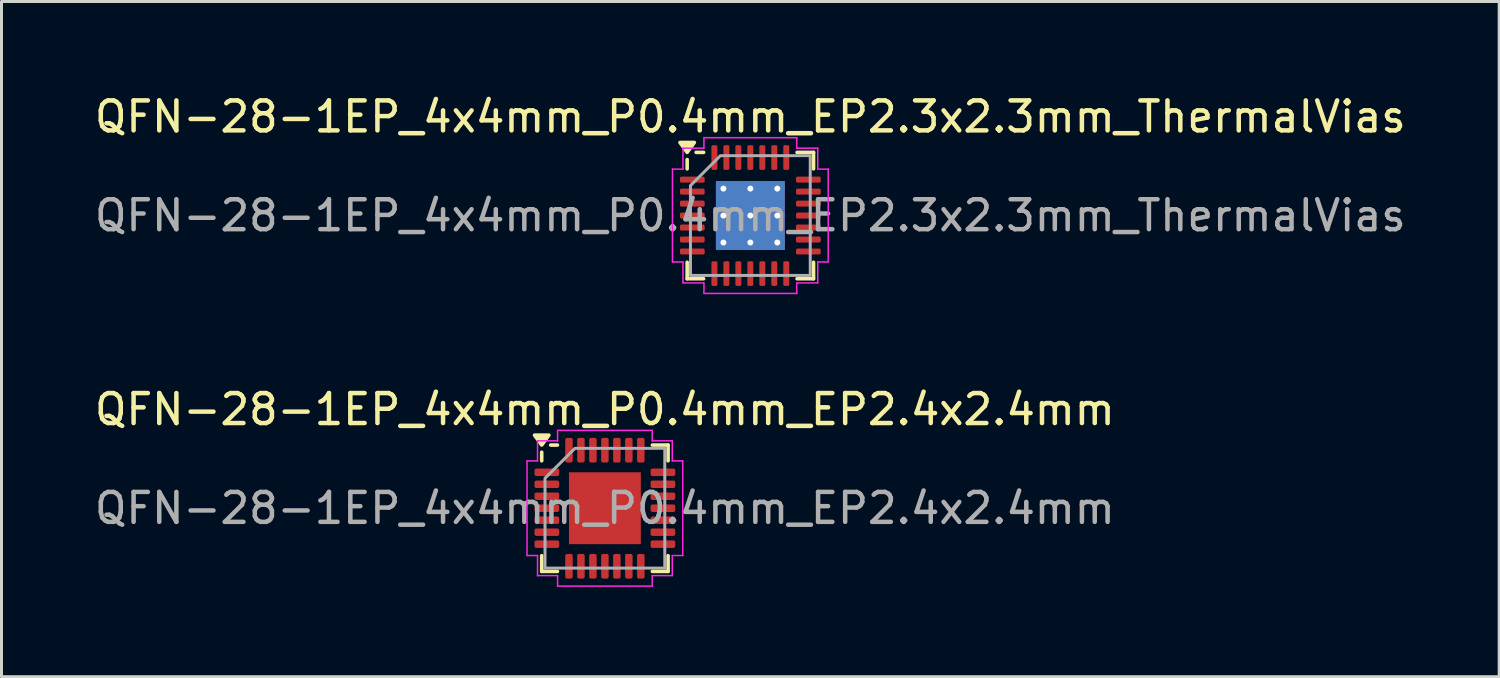
<source format=kicad_pcb>
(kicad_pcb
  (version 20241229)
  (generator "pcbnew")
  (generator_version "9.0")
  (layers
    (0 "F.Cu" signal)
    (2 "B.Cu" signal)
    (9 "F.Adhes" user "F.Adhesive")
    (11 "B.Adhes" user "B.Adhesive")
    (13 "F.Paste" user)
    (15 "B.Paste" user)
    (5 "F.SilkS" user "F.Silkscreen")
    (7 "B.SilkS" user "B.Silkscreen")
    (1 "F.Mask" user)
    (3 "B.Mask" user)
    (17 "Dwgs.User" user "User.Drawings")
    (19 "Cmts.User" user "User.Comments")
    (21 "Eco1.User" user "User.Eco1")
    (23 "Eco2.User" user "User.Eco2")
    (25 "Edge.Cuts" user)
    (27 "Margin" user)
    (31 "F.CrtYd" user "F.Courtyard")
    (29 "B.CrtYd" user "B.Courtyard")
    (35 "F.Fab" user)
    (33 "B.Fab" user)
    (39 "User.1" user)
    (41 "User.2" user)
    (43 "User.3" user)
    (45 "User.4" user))
  (footprint "QFN-28-1EP_4x4mm_P0.4mm_EP2.4x2.4mm"
    (layer "F.Cu")
    (at 17.149 13.921)
    (property "Reference" "QFN-28-1EP_4x4mm_P0.4mm_EP2.4x2.4mm" (at 0 -3.3 0) (layer "F.SilkS") (effects (font (size 1 1) (thickness 0.15))))
    (attr smd)
    (fp_line (start -2.11 -1.585) (end -2.11 -1.87) (stroke (width 0.12) (type solid)) (layer "F.SilkS"))
    (fp_line (start -2.11 2.11) (end -2.11 1.585) (stroke (width 0.12) (type solid)) (layer "F.SilkS"))
    (fp_line (start -1.585 -2.11) (end -1.81 -2.11) (stroke (width 0.12) (type solid)) (layer "F.SilkS"))
    (fp_line (start -1.585 2.11) (end -2.11 2.11) (stroke (width 0.12) (type solid)) (layer "F.SilkS"))
    (fp_line (start 1.585 -2.11) (end 2.11 -2.11) (stroke (width 0.12) (type solid)) (layer "F.SilkS"))
    (fp_line (start 1.585 2.11) (end 2.11 2.11) (stroke (width 0.12) (type solid)) (layer "F.SilkS"))
    (fp_line (start 2.11 -2.11) (end 2.11 -1.585) (stroke (width 0.12) (type solid)) (layer "F.SilkS"))
    (fp_line (start 2.11 2.11) (end 2.11 1.585) (stroke (width 0.12) (type solid)) (layer "F.SilkS"))
    (fp_poly (pts (xy -2.11 -2.11) (xy -2.35 -2.44) (xy -1.87 -2.44)) (stroke (width 0.12) (type solid)) (fill yes) (layer "F.SilkS"))
    (fp_line (start -2.6 -1.58) (end -2.25 -1.58) (stroke (width 0.05) (type solid)) (layer "F.CrtYd"))
    (fp_line (start -2.6 1.58) (end -2.6 -1.58) (stroke (width 0.05) (type solid)) (layer "F.CrtYd"))
    (fp_line (start -2.25 -2.25) (end -1.58 -2.25) (stroke (width 0.05) (type solid)) (layer "F.CrtYd"))
    (fp_line (start -2.25 -1.58) (end -2.25 -2.25) (stroke (width 0.05) (type solid)) (layer "F.CrtYd"))
    (fp_line (start -2.25 1.58) (end -2.6 1.58) (stroke (width 0.05) (type solid)) (layer "F.CrtYd"))
    (fp_line (start -2.25 2.25) (end -2.25 1.58) (stroke (width 0.05) (type solid)) (layer "F.CrtYd"))
    (fp_line (start -1.58 -2.6) (end 1.58 -2.6) (stroke (width 0.05) (type solid)) (layer "F.CrtYd"))
    (fp_line (start -1.58 -2.25) (end -1.58 -2.6) (stroke (width 0.05) (type solid)) (layer "F.CrtYd"))
    (fp_line (start -1.58 2.25) (end -2.25 2.25) (stroke (width 0.05) (type solid)) (layer "F.CrtYd"))
    (fp_line (start -1.58 2.6) (end -1.58 2.25) (stroke (width 0.05) (type solid)) (layer "F.CrtYd"))
    (fp_line (start 1.58 -2.6) (end 1.58 -2.25) (stroke (width 0.05) (type solid)) (layer "F.CrtYd"))
    (fp_line (start 1.58 -2.25) (end 2.25 -2.25) (stroke (width 0.05) (type solid)) (layer "F.CrtYd"))
    (fp_line (start 1.58 2.25) (end 1.58 2.6) (stroke (width 0.05) (type solid)) (layer "F.CrtYd"))
    (fp_line (start 1.58 2.6) (end -1.58 2.6) (stroke (width 0.05) (type solid)) (layer "F.CrtYd"))
    (fp_line (start 2.25 -2.25) (end 2.25 -1.58) (stroke (width 0.05) (type solid)) (layer "F.CrtYd"))
    (fp_line (start 2.25 -1.58) (end 2.6 -1.58) (stroke (width 0.05) (type solid)) (layer "F.CrtYd"))
    (fp_line (start 2.25 1.58) (end 2.25 2.25) (stroke (width 0.05) (type solid)) (layer "F.CrtYd"))
    (fp_line (start 2.25 2.25) (end 1.58 2.25) (stroke (width 0.05) (type solid)) (layer "F.CrtYd"))
    (fp_line (start 2.6 -1.58) (end 2.6 1.58) (stroke (width 0.05) (type solid)) (layer "F.CrtYd"))
    (fp_line (start 2.6 1.58) (end 2.25 1.58) (stroke (width 0.05) (type solid)) (layer "F.CrtYd"))
    (fp_poly (pts (xy -2 -1) (xy -2 2) (xy 2 2) (xy 2 -2) (xy -1 -2)) (stroke (width 0.1) (type solid)) (fill no) (layer "F.Fab"))
    (fp_text user "${REFERENCE}" (at 0 0 0) (layer "F.Fab") (effects (font (size 1 1) (thickness 0.15))))
    (pad "" smd roundrect (at -0.6 -0.6) (size 0.97 0.97) (layers "F.Paste") (roundrect_rratio 0.25))
    (pad "" smd roundrect (at -0.6 0.6) (size 0.97 0.97) (layers "F.Paste") (roundrect_rratio 0.25))
    (pad "" smd roundrect (at 0.6 -0.6) (size 0.97 0.97) (layers "F.Paste") (roundrect_rratio 0.25))
    (pad "" smd roundrect (at 0.6 0.6) (size 0.97 0.97) (layers "F.Paste") (roundrect_rratio 0.25))
    (pad "1" smd roundrect (at -1.938 -1.2) (size 0.825 0.25) (layers "F.Cu" "F.Mask" "F.Paste") (roundrect_rratio 0.25))
    (pad "2" smd roundrect (at -1.938 -0.8) (size 0.825 0.25) (layers "F.Cu" "F.Mask" "F.Paste") (roundrect_rratio 0.25))
    (pad "3" smd roundrect (at -1.938 -0.4) (size 0.825 0.25) (layers "F.Cu" "F.Mask" "F.Paste") (roundrect_rratio 0.25))
    (pad "4" smd roundrect (at -1.938 0) (size 0.825 0.25) (layers "F.Cu" "F.Mask" "F.Paste") (roundrect_rratio 0.25))
    (pad "5" smd roundrect (at -1.938 0.4) (size 0.825 0.25) (layers "F.Cu" "F.Mask" "F.Paste") (roundrect_rratio 0.25))
    (pad "6" smd roundrect (at -1.938 0.8) (size 0.825 0.25) (layers "F.Cu" "F.Mask" "F.Paste") (roundrect_rratio 0.25))
    (pad "7" smd roundrect (at -1.938 1.2) (size 0.825 0.25) (layers "F.Cu" "F.Mask" "F.Paste") (roundrect_rratio 0.25))
    (pad "8" smd roundrect (at -1.2 1.938) (size 0.25 0.825) (layers "F.Cu" "F.Mask" "F.Paste") (roundrect_rratio 0.25))
    (pad "9" smd roundrect (at -0.8 1.938) (size 0.25 0.825) (layers "F.Cu" "F.Mask" "F.Paste") (roundrect_rratio 0.25))
    (pad "10" smd roundrect (at -0.4 1.938) (size 0.25 0.825) (layers "F.Cu" "F.Mask" "F.Paste") (roundrect_rratio 0.25))
    (pad "11" smd roundrect (at 0 1.938) (size 0.25 0.825) (layers "F.Cu" "F.Mask" "F.Paste") (roundrect_rratio 0.25))
    (pad "12" smd roundrect (at 0.4 1.938) (size 0.25 0.825) (layers "F.Cu" "F.Mask" "F.Paste") (roundrect_rratio 0.25))
    (pad "13" smd roundrect (at 0.8 1.938) (size 0.25 0.825) (layers "F.Cu" "F.Mask" "F.Paste") (roundrect_rratio 0.25))
    (pad "14" smd roundrect (at 1.2 1.938) (size 0.25 0.825) (layers "F.Cu" "F.Mask" "F.Paste") (roundrect_rratio 0.25))
    (pad "15" smd roundrect (at 1.938 1.2) (size 0.825 0.25) (layers "F.Cu" "F.Mask" "F.Paste") (roundrect_rratio 0.25))
    (pad "16" smd roundrect (at 1.938 0.8) (size 0.825 0.25) (layers "F.Cu" "F.Mask" "F.Paste") (roundrect_rratio 0.25))
    (pad "17" smd roundrect (at 1.938 0.4) (size 0.825 0.25) (layers "F.Cu" "F.Mask" "F.Paste") (roundrect_rratio 0.25))
    (pad "18" smd roundrect (at 1.938 0) (size 0.825 0.25) (layers "F.Cu" "F.Mask" "F.Paste") (roundrect_rratio 0.25))
    (pad "19" smd roundrect (at 1.938 -0.4) (size 0.825 0.25) (layers "F.Cu" "F.Mask" "F.Paste") (roundrect_rratio 0.25))
    (pad "20" smd roundrect (at 1.938 -0.8) (size 0.825 0.25) (layers "F.Cu" "F.Mask" "F.Paste") (roundrect_rratio 0.25))
    (pad "21" smd roundrect (at 1.938 -1.2) (size 0.825 0.25) (layers "F.Cu" "F.Mask" "F.Paste") (roundrect_rratio 0.25))
    (pad "22" smd roundrect (at 1.2 -1.938) (size 0.25 0.825) (layers "F.Cu" "F.Mask" "F.Paste") (roundrect_rratio 0.25))
    (pad "23" smd roundrect (at 0.8 -1.938) (size 0.25 0.825) (layers "F.Cu" "F.Mask" "F.Paste") (roundrect_rratio 0.25))
    (pad "24" smd roundrect (at 0.4 -1.938) (size 0.25 0.825) (layers "F.Cu" "F.Mask" "F.Paste") (roundrect_rratio 0.25))
    (pad "25" smd roundrect (at 0 -1.938) (size 0.25 0.825) (layers "F.Cu" "F.Mask" "F.Paste") (roundrect_rratio 0.25))
    (pad "26" smd roundrect (at -0.4 -1.938) (size 0.25 0.825) (layers "F.Cu" "F.Mask" "F.Paste") (roundrect_rratio 0.25))
    (pad "27" smd roundrect (at -0.8 -1.938) (size 0.25 0.825) (layers "F.Cu" "F.Mask" "F.Paste") (roundrect_rratio 0.25))
    (pad "28" smd roundrect (at -1.2 -1.938) (size 0.25 0.825) (layers "F.Cu" "F.Mask" "F.Paste") (roundrect_rratio 0.25))
    (pad "29" smd rect (at 0 0) (size 2.4 2.4) (property pad_prop_heatsink) (layers "F.Cu" "F.Mask")))
  (footprint "QFN-28-1EP_4x4mm_P0.4mm_EP2.3x2.3mm_ThermalVias"
    (layer "F.Cu")
    (at 22.006 4.148)
    (property "Reference" "QFN-28-1EP_4x4mm_P0.4mm_EP2.3x2.3mm_ThermalVias" (at 0 -3.3 0) (layer "F.SilkS") (effects (font (size 1 1) (thickness 0.15))))
    (attr smd)
    (fp_line (start -2.11 -1.56) (end -2.11 -1.87) (stroke (width 0.12) (type solid)) (layer "F.SilkS"))
    (fp_line (start -2.11 2.11) (end -2.11 1.56) (stroke (width 0.12) (type solid)) (layer "F.SilkS"))
    (fp_line (start -1.56 -2.11) (end -1.81 -2.11) (stroke (width 0.12) (type solid)) (layer "F.SilkS"))
    (fp_line (start -1.56 2.11) (end -2.11 2.11) (stroke (width 0.12) (type solid)) (layer "F.SilkS"))
    (fp_line (start 1.56 -2.11) (end 2.11 -2.11) (stroke (width 0.12) (type solid)) (layer "F.SilkS"))
    (fp_line (start 1.56 2.11) (end 2.11 2.11) (stroke (width 0.12) (type solid)) (layer "F.SilkS"))
    (fp_line (start 2.11 -2.11) (end 2.11 -1.56) (stroke (width 0.12) (type solid)) (layer "F.SilkS"))
    (fp_line (start 2.11 2.11) (end 2.11 1.56) (stroke (width 0.12) (type solid)) (layer "F.SilkS"))
    (fp_poly (pts (xy -2.11 -2.11) (xy -2.35 -2.44) (xy -1.87 -2.44)) (stroke (width 0.12) (type solid)) (fill yes) (layer "F.SilkS"))
    (fp_line (start -2.6 -1.55) (end -2.25 -1.55) (stroke (width 0.05) (type solid)) (layer "F.CrtYd"))
    (fp_line (start -2.6 1.55) (end -2.6 -1.55) (stroke (width 0.05) (type solid)) (layer "F.CrtYd"))
    (fp_line (start -2.25 -2.25) (end -1.55 -2.25) (stroke (width 0.05) (type solid)) (layer "F.CrtYd"))
    (fp_line (start -2.25 -1.55) (end -2.25 -2.25) (stroke (width 0.05) (type solid)) (layer "F.CrtYd"))
    (fp_line (start -2.25 1.55) (end -2.6 1.55) (stroke (width 0.05) (type solid)) (layer "F.CrtYd"))
    (fp_line (start -2.25 2.25) (end -2.25 1.55) (stroke (width 0.05) (type solid)) (layer "F.CrtYd"))
    (fp_line (start -1.55 -2.6) (end 1.55 -2.6) (stroke (width 0.05) (type solid)) (layer "F.CrtYd"))
    (fp_line (start -1.55 -2.25) (end -1.55 -2.6) (stroke (width 0.05) (type solid)) (layer "F.CrtYd"))
    (fp_line (start -1.55 2.25) (end -2.25 2.25) (stroke (width 0.05) (type solid)) (layer "F.CrtYd"))
    (fp_line (start -1.55 2.6) (end -1.55 2.25) (stroke (width 0.05) (type solid)) (layer "F.CrtYd"))
    (fp_line (start 1.55 -2.6) (end 1.55 -2.25) (stroke (width 0.05) (type solid)) (layer "F.CrtYd"))
    (fp_line (start 1.55 -2.25) (end 2.25 -2.25) (stroke (width 0.05) (type solid)) (layer "F.CrtYd"))
    (fp_line (start 1.55 2.25) (end 1.55 2.6) (stroke (width 0.05) (type solid)) (layer "F.CrtYd"))
    (fp_line (start 1.55 2.6) (end -1.55 2.6) (stroke (width 0.05) (type solid)) (layer "F.CrtYd"))
    (fp_line (start 2.25 -2.25) (end 2.25 -1.55) (stroke (width 0.05) (type solid)) (layer "F.CrtYd"))
    (fp_line (start 2.25 -1.55) (end 2.6 -1.55) (stroke (width 0.05) (type solid)) (layer "F.CrtYd"))
    (fp_line (start 2.25 1.55) (end 2.25 2.25) (stroke (width 0.05) (type solid)) (layer "F.CrtYd"))
    (fp_line (start 2.25 2.25) (end 1.55 2.25) (stroke (width 0.05) (type solid)) (layer "F.CrtYd"))
    (fp_line (start 2.6 -1.55) (end 2.6 1.55) (stroke (width 0.05) (type solid)) (layer "F.CrtYd"))
    (fp_line (start 2.6 1.55) (end 2.25 1.55) (stroke (width 0.05) (type solid)) (layer "F.CrtYd"))
    (fp_poly (pts (xy -2 -1) (xy -2 2) (xy 2 2) (xy 2 -2) (xy -1 -2)) (stroke (width 0.1) (type solid)) (fill no) (layer "F.Fab"))
    (fp_text user "${REFERENCE}" (at 0 0 0) (layer "F.Fab") (effects (font (size 1 1) (thickness 0.15))))
    (pad "" smd roundrect (at -0.575 -0.575) (size 1 1) (layers "F.Paste") (roundrect_rratio 0.25))
    (pad "" smd roundrect (at -0.575 0.575) (size 1 1) (layers "F.Paste") (roundrect_rratio 0.25))
    (pad "" smd roundrect (at 0.575 -0.575) (size 1 1) (layers "F.Paste") (roundrect_rratio 0.25))
    (pad "" smd roundrect (at 0.575 0.575) (size 1 1) (layers "F.Paste") (roundrect_rratio 0.25))
    (pad "1" smd roundrect (at -1.938 -1.2) (size 0.825 0.2) (layers "F.Cu" "F.Mask" "F.Paste") (roundrect_rratio 0.25))
    (pad "2" smd roundrect (at -1.938 -0.8) (size 0.825 0.2) (layers "F.Cu" "F.Mask" "F.Paste") (roundrect_rratio 0.25))
    (pad "3" smd roundrect (at -1.938 -0.4) (size 0.825 0.2) (layers "F.Cu" "F.Mask" "F.Paste") (roundrect_rratio 0.25))
    (pad "4" smd roundrect (at -1.938 0) (size 0.825 0.2) (layers "F.Cu" "F.Mask" "F.Paste") (roundrect_rratio 0.25))
    (pad "5" smd roundrect (at -1.938 0.4) (size 0.825 0.2) (layers "F.Cu" "F.Mask" "F.Paste") (roundrect_rratio 0.25))
    (pad "6" smd roundrect (at -1.938 0.8) (size 0.825 0.2) (layers "F.Cu" "F.Mask" "F.Paste") (roundrect_rratio 0.25))
    (pad "7" smd roundrect (at -1.938 1.2) (size 0.825 0.2) (layers "F.Cu" "F.Mask" "F.Paste") (roundrect_rratio 0.25))
    (pad "8" smd roundrect (at -1.2 1.938) (size 0.2 0.825) (layers "F.Cu" "F.Mask" "F.Paste") (roundrect_rratio 0.25))
    (pad "9" smd roundrect (at -0.8 1.938) (size 0.2 0.825) (layers "F.Cu" "F.Mask" "F.Paste") (roundrect_rratio 0.25))
    (pad "10" smd roundrect (at -0.4 1.938) (size 0.2 0.825) (layers "F.Cu" "F.Mask" "F.Paste") (roundrect_rratio 0.25))
    (pad "11" smd roundrect (at 0 1.938) (size 0.2 0.825) (layers "F.Cu" "F.Mask" "F.Paste") (roundrect_rratio 0.25))
    (pad "12" smd roundrect (at 0.4 1.938) (size 0.2 0.825) (layers "F.Cu" "F.Mask" "F.Paste") (roundrect_rratio 0.25))
    (pad "13" smd roundrect (at 0.8 1.938) (size 0.2 0.825) (layers "F.Cu" "F.Mask" "F.Paste") (roundrect_rratio 0.25))
    (pad "14" smd roundrect (at 1.2 1.938) (size 0.2 0.825) (layers "F.Cu" "F.Mask" "F.Paste") (roundrect_rratio 0.25))
    (pad "15" smd roundrect (at 1.938 1.2) (size 0.825 0.2) (layers "F.Cu" "F.Mask" "F.Paste") (roundrect_rratio 0.25))
    (pad "16" smd roundrect (at 1.938 0.8) (size 0.825 0.2) (layers "F.Cu" "F.Mask" "F.Paste") (roundrect_rratio 0.25))
    (pad "17" smd roundrect (at 1.938 0.4) (size 0.825 0.2) (layers "F.Cu" "F.Mask" "F.Paste") (roundrect_rratio 0.25))
    (pad "18" smd roundrect (at 1.938 0) (size 0.825 0.2) (layers "F.Cu" "F.Mask" "F.Paste") (roundrect_rratio 0.25))
    (pad "19" smd roundrect (at 1.938 -0.4) (size 0.825 0.2) (layers "F.Cu" "F.Mask" "F.Paste") (roundrect_rratio 0.25))
    (pad "20" smd roundrect (at 1.938 -0.8) (size 0.825 0.2) (layers "F.Cu" "F.Mask" "F.Paste") (roundrect_rratio 0.25))
    (pad "21" smd roundrect (at 1.938 -1.2) (size 0.825 0.2) (layers "F.Cu" "F.Mask" "F.Paste") (roundrect_rratio 0.25))
    (pad "22" smd roundrect (at 1.2 -1.938) (size 0.2 0.825) (layers "F.Cu" "F.Mask" "F.Paste") (roundrect_rratio 0.25))
    (pad "23" smd roundrect (at 0.8 -1.938) (size 0.2 0.825) (layers "F.Cu" "F.Mask" "F.Paste") (roundrect_rratio 0.25))
    (pad "24" smd roundrect (at 0.4 -1.938) (size 0.2 0.825) (layers "F.Cu" "F.Mask" "F.Paste") (roundrect_rratio 0.25))
    (pad "25" smd roundrect (at 0 -1.938) (size 0.2 0.825) (layers "F.Cu" "F.Mask" "F.Paste") (roundrect_rratio 0.25))
    (pad "26" smd roundrect (at -0.4 -1.938) (size 0.2 0.825) (layers "F.Cu" "F.Mask" "F.Paste") (roundrect_rratio 0.25))
    (pad "27" smd roundrect (at -0.8 -1.938) (size 0.2 0.825) (layers "F.Cu" "F.Mask" "F.Paste") (roundrect_rratio 0.25))
    (pad "28" smd roundrect (at -1.2 -1.938) (size 0.2 0.825) (layers "F.Cu" "F.Mask" "F.Paste") (roundrect_rratio 0.25))
    (pad "29" thru_hole circle (at -0.9 -0.9) (size 0.5 0.5) (drill 0.2) (property pad_prop_heatsink) (layers "*.Cu"))
    (pad "29" thru_hole circle (at -0.9 0) (size 0.5 0.5) (drill 0.2) (property pad_prop_heatsink) (layers "*.Cu"))
    (pad "29" thru_hole circle (at -0.9 0.9) (size 0.5 0.5) (drill 0.2) (property pad_prop_heatsink) (layers "*.Cu"))
    (pad "29" thru_hole circle (at 0 -0.9) (size 0.5 0.5) (drill 0.2) (property pad_prop_heatsink) (layers "*.Cu"))
    (pad "29" thru_hole circle (at 0 0) (size 0.5 0.5) (drill 0.2) (property pad_prop_heatsink) (layers "*.Cu"))
    (pad "29" smd rect (at 0 0) (size 2.3 2.3) (property pad_prop_heatsink) (layers "F.Cu" "F.Mask"))
    (pad "29" smd rect (at 0 0) (size 2.3 2.3) (property pad_prop_heatsink) (layers "B.Cu"))
    (pad "29" thru_hole circle (at 0 0.9) (size 0.5 0.5) (drill 0.2) (property pad_prop_heatsink) (layers "*.Cu"))
    (pad "29" thru_hole circle (at 0.9 -0.9) (size 0.5 0.5) (drill 0.2) (property pad_prop_heatsink) (layers "*.Cu"))
    (pad "29" thru_hole circle (at 0.9 0) (size 0.5 0.5) (drill 0.2) (property pad_prop_heatsink) (layers "*.Cu"))
    (pad "29" thru_hole circle (at 0.9 0.9) (size 0.5 0.5) (drill 0.2) (property pad_prop_heatsink) (layers "*.Cu")))
  (gr_rect
    (start -3 -3)
    (end 47.012 19.547)
    (stroke (width 0.1) (type default))
    (fill no)
    (layer "Edge.Cuts")))
</source>
